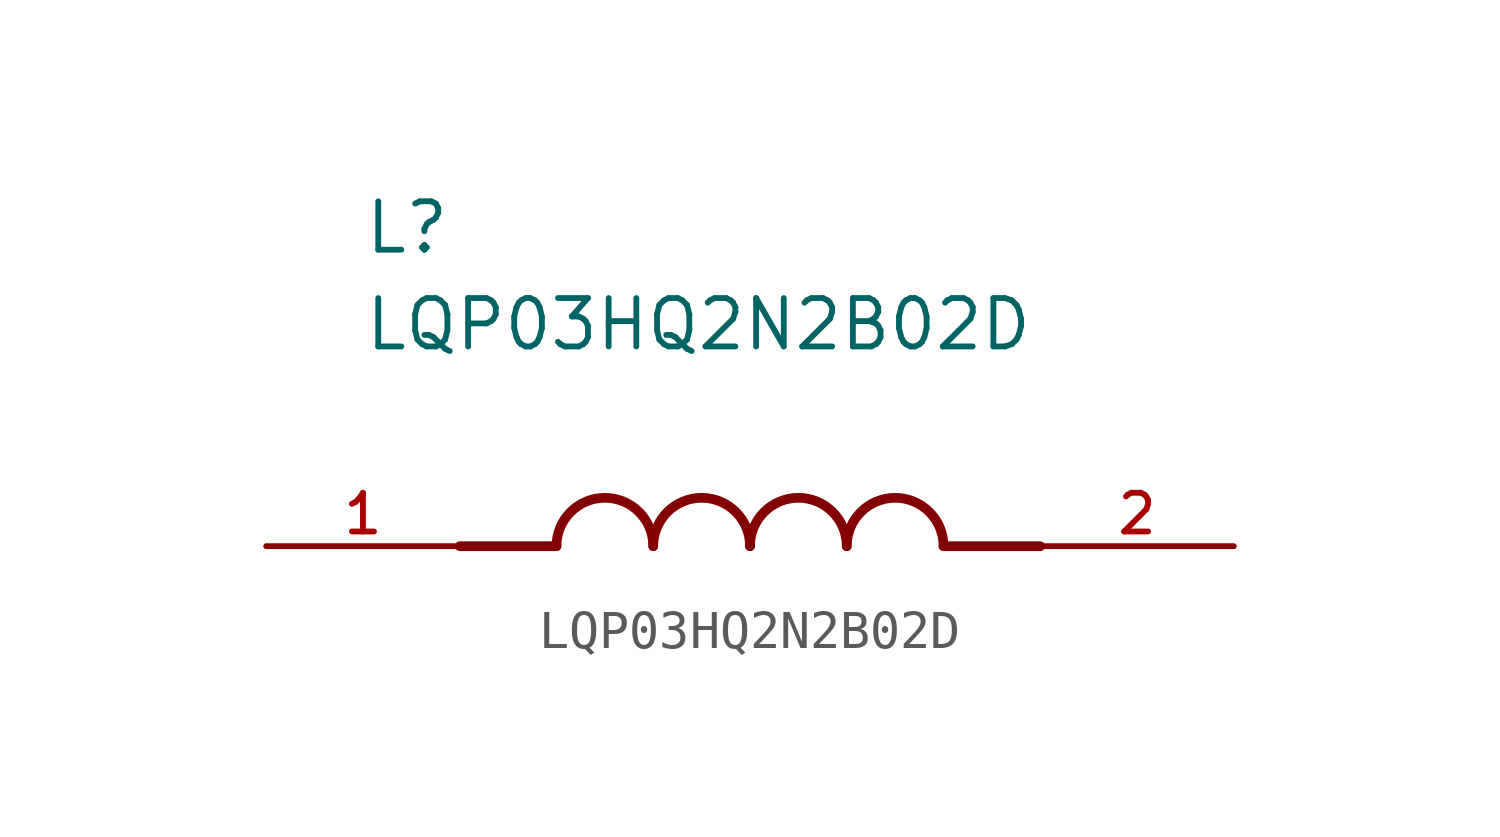
<source format=kicad_sym>
(kicad_symbol_lib
  (version 20211014)
  (generator kicad_symbol_editor)
  (symbol "LQP03HQ2N2B02D"
    (pin_names
      (offset 1.016))
    (property "Reference" "L"
      (at -10.16 7.62 0)
      (effects (font (size 1.27 1.27)) (justify bottom left)))
    (property "Value" "LQP03HQ2N2B02D"
      (at -10.16 5.08 0)
      (effects (font (size 1.27 1.27)) (justify bottom left)))
    (symbol "LQP03HQ2N2B02D_0_0"
      (polyline (pts (xy -5.08 0.0) (xy -7.62 0.0)) (stroke (width 0.254)))
      (polyline (pts (xy 5.08 0.0) (xy 7.62 0.0)) (stroke (width 0.254)))
      (arc (start -2.54 0.0) (mid -3.81 1.27) (end -5.08 0.0) (stroke (width 0.254) (type default) (color 0 0 0 0)) (fill (type none)))
      (arc (start 0.0 0.0) (mid -1.27 1.27) (end -2.54 0.0) (stroke (width 0.254) (type default) (color 0 0 0 0)) (fill (type none)))
      (arc (start 2.54 0.0) (mid 1.27 1.27) (end 0.0 0.0) (stroke (width 0.254) (type default) (color 0 0 0 0)) (fill (type none)))
      (arc (start 5.08 0.0) (mid 3.81 1.27) (end 2.54 0.0) (stroke (width 0.254) (type default) (color 0 0 0 0)) (fill (type none)))
      (pin passive line (at -12.7 0.0 0) (length 5.08) (name "~" (effects (font (size 1.016 1.016)))) (number "1" (effects (font (size 1.016 1.016)))))
      (pin passive line (at 12.7 0.0 180.0) (length 5.08) (name "~" (effects (font (size 1.016 1.016)))) (number "2" (effects (font (size 1.016 1.016))))))))
</source>
